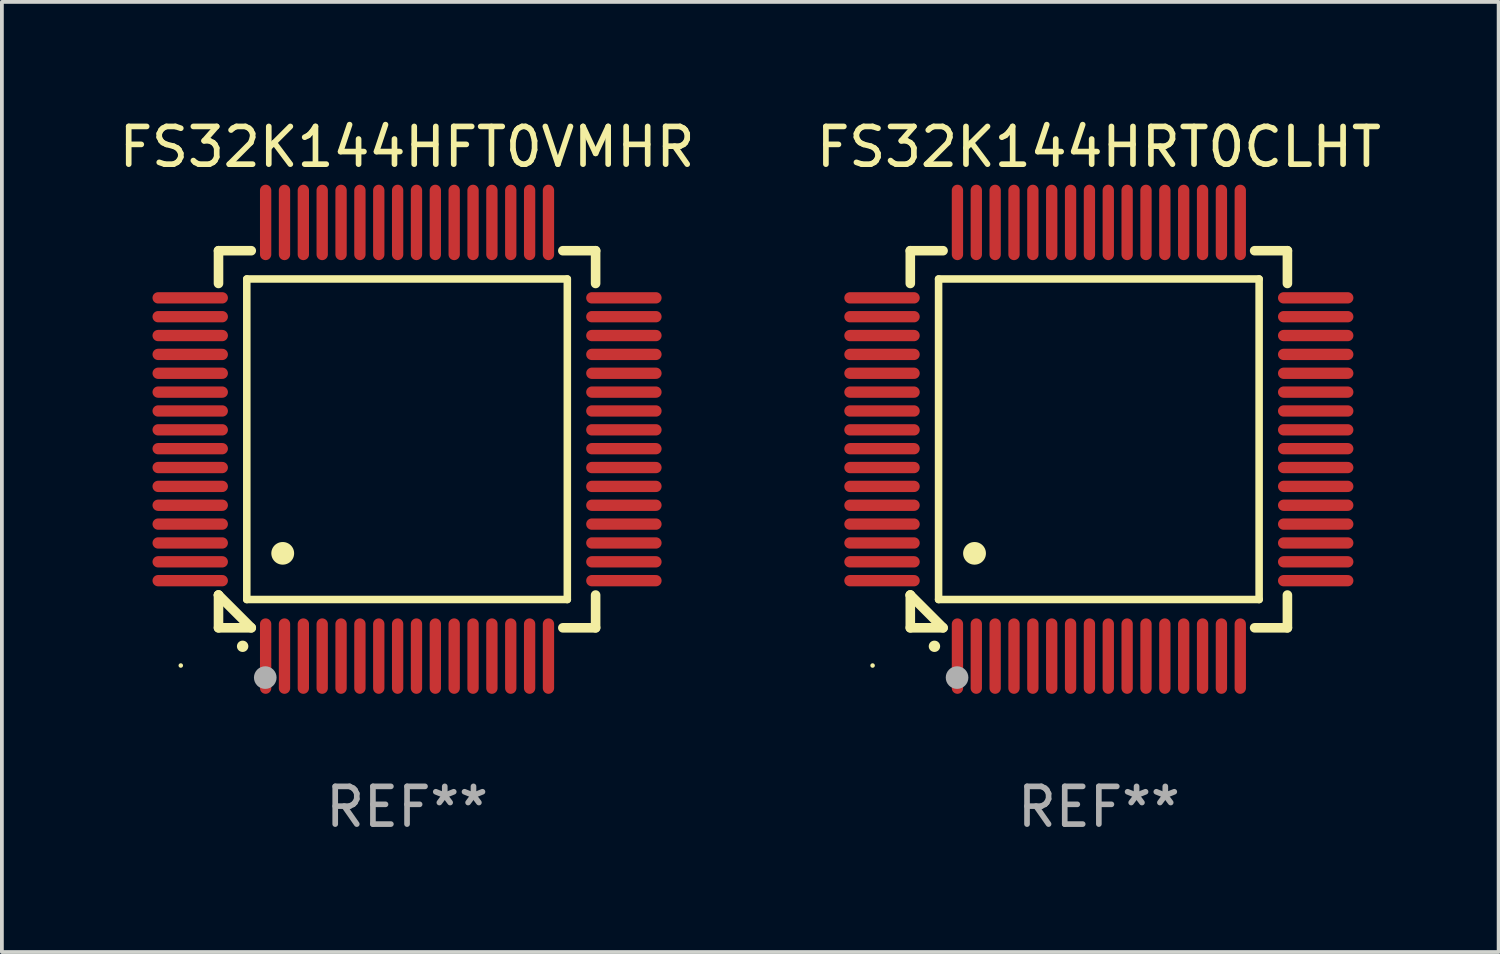
<source format=kicad_pcb>
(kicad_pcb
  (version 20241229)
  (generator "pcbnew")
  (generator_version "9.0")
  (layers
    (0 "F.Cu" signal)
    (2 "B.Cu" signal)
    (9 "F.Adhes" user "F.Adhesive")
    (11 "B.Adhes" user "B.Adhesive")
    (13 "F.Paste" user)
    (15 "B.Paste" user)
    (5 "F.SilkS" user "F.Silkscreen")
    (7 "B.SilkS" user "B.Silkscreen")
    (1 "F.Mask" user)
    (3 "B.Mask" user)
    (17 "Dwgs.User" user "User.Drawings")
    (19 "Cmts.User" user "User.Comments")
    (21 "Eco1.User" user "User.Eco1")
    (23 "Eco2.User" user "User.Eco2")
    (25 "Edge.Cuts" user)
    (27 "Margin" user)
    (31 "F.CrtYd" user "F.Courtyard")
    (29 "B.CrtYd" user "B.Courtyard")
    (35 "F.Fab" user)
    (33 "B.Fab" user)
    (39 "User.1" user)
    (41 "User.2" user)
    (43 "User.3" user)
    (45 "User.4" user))
  (footprint "FS32K144HFT0VMHR"
    (layer "F.Cu")
    (at 7.744 8.598)
    (property "Reference" "FS32K144HFT0VMHR" (at 0 -7.75 0) (layer "F.SilkS") (effects (font (size 1 1) (thickness 0.15))))
    (attr through_hole)
    (fp_line (start -5 -5) (end -4.131 -5) (stroke (width 0.254) (type solid)) (layer "F.SilkS"))
    (fp_line (start -5 -4.131) (end -5 -5) (stroke (width 0.254) (type solid)) (layer "F.SilkS"))
    (fp_line (start -5 4.131) (end -5 4.131) (stroke (width 0.254) (type solid)) (layer "F.SilkS"))
    (fp_line (start -5 5) (end -5 4.131) (stroke (width 0.254) (type solid)) (layer "F.SilkS"))
    (fp_line (start -5 4.131) (end -4.131 5) (stroke (width 0.254) (type solid)) (layer "F.SilkS"))
    (fp_line (start -4.25 -4.25) (end -4.25 4.25) (stroke (width 0.2) (type solid)) (layer "F.SilkS"))
    (fp_line (start -4.25 4.25) (end 4.25 4.25) (stroke (width 0.2) (type solid)) (layer "F.SilkS"))
    (fp_line (start -4.131 5) (end -5 5) (stroke (width 0.254) (type solid)) (layer "F.SilkS"))
    (fp_line (start 4.25 -4.25) (end -4.25 -4.25) (stroke (width 0.2) (type solid)) (layer "F.SilkS"))
    (fp_line (start 4.25 4.25) (end 4.25 -4.25) (stroke (width 0.2) (type solid)) (layer "F.SilkS"))
    (fp_line (start 5 -5) (end 4.131 -5) (stroke (width 0.254) (type solid)) (layer "F.SilkS"))
    (fp_line (start 5 -5) (end 5 -4.131) (stroke (width 0.254) (type solid)) (layer "F.SilkS"))
    (fp_line (start 5 4.131) (end 5 5) (stroke (width 0.254) (type solid)) (layer "F.SilkS"))
    (fp_line (start 5 5) (end 4.131 5) (stroke (width 0.254) (type solid)) (layer "F.SilkS"))
    (fp_arc (start -4.361265 5.489992) (mid -4.359995 5.489987) (end -4.358725 5.489992) (stroke (width 0.3) (type solid)) (layer "F.SilkS"))
    (fp_arc (start -3.299467 3.025146) (mid -3.296927 3.025135) (end -3.294387 3.025146) (stroke (width 0.6) (type solid)) (layer "F.SilkS"))
    (fp_circle (center -6 6) (end -5.97 6) (stroke (width 0.06) (type solid)) (fill no) (layer "F.SilkS"))
    (fp_circle (center -3.76 6.32) (end -3.61 6.32) (stroke (width 0.3) (type solid)) (fill no) (layer "F.Fab"))
    (fp_text user "REF**" (at 0 9.75 0) (layer "F.Fab") (effects (font (size 1 1) (thickness 0.15))))
    (pad "1" smd oval (at -3.75 5.75) (size 0.3 2) (layers "F.Cu" "F.Mask" "F.Paste"))
    (pad "2" smd oval (at -3.25 5.75) (size 0.3 2) (layers "F.Cu" "F.Mask" "F.Paste"))
    (pad "3" smd oval (at -2.75 5.75) (size 0.3 2) (layers "F.Cu" "F.Mask" "F.Paste"))
    (pad "4" smd oval (at -2.25 5.75) (size 0.3 2) (layers "F.Cu" "F.Mask" "F.Paste"))
    (pad "5" smd oval (at -1.75 5.75) (size 0.3 2) (layers "F.Cu" "F.Mask" "F.Paste"))
    (pad "6" smd oval (at -1.25 5.75) (size 0.3 2) (layers "F.Cu" "F.Mask" "F.Paste"))
    (pad "7" smd oval (at -0.75 5.75) (size 0.3 2) (layers "F.Cu" "F.Mask" "F.Paste"))
    (pad "8" smd oval (at -0.25 5.75) (size 0.3 2) (layers "F.Cu" "F.Mask" "F.Paste"))
    (pad "9" smd oval (at 0.25 5.75) (size 0.3 2) (layers "F.Cu" "F.Mask" "F.Paste"))
    (pad "10" smd oval (at 0.75 5.75) (size 0.3 2) (layers "F.Cu" "F.Mask" "F.Paste"))
    (pad "11" smd oval (at 1.25 5.75) (size 0.3 2) (layers "F.Cu" "F.Mask" "F.Paste"))
    (pad "12" smd oval (at 1.75 5.75) (size 0.3 2) (layers "F.Cu" "F.Mask" "F.Paste"))
    (pad "13" smd oval (at 2.25 5.75) (size 0.3 2) (layers "F.Cu" "F.Mask" "F.Paste"))
    (pad "14" smd oval (at 2.75 5.75) (size 0.3 2) (layers "F.Cu" "F.Mask" "F.Paste"))
    (pad "15" smd oval (at 3.25 5.75) (size 0.3 2) (layers "F.Cu" "F.Mask" "F.Paste"))
    (pad "16" smd oval (at 3.75 5.75) (size 0.3 2) (layers "F.Cu" "F.Mask" "F.Paste"))
    (pad "17" smd oval (at 5.75 3.75) (size 2 0.3) (layers "F.Cu" "F.Mask" "F.Paste"))
    (pad "18" smd oval (at 5.75 3.25) (size 2 0.3) (layers "F.Cu" "F.Mask" "F.Paste"))
    (pad "19" smd oval (at 5.75 2.75) (size 2 0.3) (layers "F.Cu" "F.Mask" "F.Paste"))
    (pad "20" smd oval (at 5.75 2.25) (size 2 0.3) (layers "F.Cu" "F.Mask" "F.Paste"))
    (pad "21" smd oval (at 5.75 1.75) (size 2 0.3) (layers "F.Cu" "F.Mask" "F.Paste"))
    (pad "22" smd oval (at 5.75 1.25) (size 2 0.3) (layers "F.Cu" "F.Mask" "F.Paste"))
    (pad "23" smd oval (at 5.75 0.75) (size 2 0.3) (layers "F.Cu" "F.Mask" "F.Paste"))
    (pad "24" smd oval (at 5.75 0.25) (size 2 0.3) (layers "F.Cu" "F.Mask" "F.Paste"))
    (pad "25" smd oval (at 5.75 -0.25) (size 2 0.3) (layers "F.Cu" "F.Mask" "F.Paste"))
    (pad "26" smd oval (at 5.75 -0.75) (size 2 0.3) (layers "F.Cu" "F.Mask" "F.Paste"))
    (pad "27" smd oval (at 5.75 -1.25) (size 2 0.3) (layers "F.Cu" "F.Mask" "F.Paste"))
    (pad "28" smd oval (at 5.75 -1.75) (size 2 0.3) (layers "F.Cu" "F.Mask" "F.Paste"))
    (pad "29" smd oval (at 5.75 -2.25) (size 2 0.3) (layers "F.Cu" "F.Mask" "F.Paste"))
    (pad "30" smd oval (at 5.75 -2.75) (size 2 0.3) (layers "F.Cu" "F.Mask" "F.Paste"))
    (pad "31" smd oval (at 5.75 -3.25) (size 2 0.3) (layers "F.Cu" "F.Mask" "F.Paste"))
    (pad "32" smd oval (at 5.75 -3.75) (size 2 0.3) (layers "F.Cu" "F.Mask" "F.Paste"))
    (pad "33" smd oval (at 3.75 -5.75) (size 0.3 2) (layers "F.Cu" "F.Mask" "F.Paste"))
    (pad "34" smd oval (at 3.25 -5.75) (size 0.3 2) (layers "F.Cu" "F.Mask" "F.Paste"))
    (pad "35" smd oval (at 2.75 -5.75) (size 0.3 2) (layers "F.Cu" "F.Mask" "F.Paste"))
    (pad "36" smd oval (at 2.25 -5.75) (size 0.3 2) (layers "F.Cu" "F.Mask" "F.Paste"))
    (pad "37" smd oval (at 1.75 -5.75) (size 0.3 2) (layers "F.Cu" "F.Mask" "F.Paste"))
    (pad "38" smd oval (at 1.25 -5.75) (size 0.3 2) (layers "F.Cu" "F.Mask" "F.Paste"))
    (pad "39" smd oval (at 0.75 -5.75) (size 0.3 2) (layers "F.Cu" "F.Mask" "F.Paste"))
    (pad "40" smd oval (at 0.25 -5.75) (size 0.3 2) (layers "F.Cu" "F.Mask" "F.Paste"))
    (pad "41" smd oval (at -0.25 -5.75) (size 0.3 2) (layers "F.Cu" "F.Mask" "F.Paste"))
    (pad "42" smd oval (at -0.75 -5.75) (size 0.3 2) (layers "F.Cu" "F.Mask" "F.Paste"))
    (pad "43" smd oval (at -1.25 -5.75) (size 0.3 2) (layers "F.Cu" "F.Mask" "F.Paste"))
    (pad "44" smd oval (at -1.75 -5.75) (size 0.3 2) (layers "F.Cu" "F.Mask" "F.Paste"))
    (pad "45" smd oval (at -2.25 -5.75) (size 0.3 2) (layers "F.Cu" "F.Mask" "F.Paste"))
    (pad "46" smd oval (at -2.75 -5.75) (size 0.3 2) (layers "F.Cu" "F.Mask" "F.Paste"))
    (pad "47" smd oval (at -3.25 -5.75) (size 0.3 2) (layers "F.Cu" "F.Mask" "F.Paste"))
    (pad "48" smd oval (at -3.75 -5.75) (size 0.3 2) (layers "F.Cu" "F.Mask" "F.Paste"))
    (pad "49" smd oval (at -5.75 -3.75) (size 2 0.3) (layers "F.Cu" "F.Mask" "F.Paste"))
    (pad "50" smd oval (at -5.75 -3.25) (size 2 0.3) (layers "F.Cu" "F.Mask" "F.Paste"))
    (pad "51" smd oval (at -5.75 -2.75) (size 2 0.3) (layers "F.Cu" "F.Mask" "F.Paste"))
    (pad "52" smd oval (at -5.75 -2.25) (size 2 0.3) (layers "F.Cu" "F.Mask" "F.Paste"))
    (pad "53" smd oval (at -5.75 -1.75) (size 2 0.3) (layers "F.Cu" "F.Mask" "F.Paste"))
    (pad "54" smd oval (at -5.75 -1.25) (size 2 0.3) (layers "F.Cu" "F.Mask" "F.Paste"))
    (pad "55" smd oval (at -5.75 -0.75) (size 2 0.3) (layers "F.Cu" "F.Mask" "F.Paste"))
    (pad "56" smd oval (at -5.75 -0.25) (size 2 0.3) (layers "F.Cu" "F.Mask" "F.Paste"))
    (pad "57" smd oval (at -5.75 0.25) (size 2 0.3) (layers "F.Cu" "F.Mask" "F.Paste"))
    (pad "58" smd oval (at -5.75 0.75) (size 2 0.3) (layers "F.Cu" "F.Mask" "F.Paste"))
    (pad "59" smd oval (at -5.75 1.25) (size 2 0.3) (layers "F.Cu" "F.Mask" "F.Paste"))
    (pad "60" smd oval (at -5.75 1.75) (size 2 0.3) (layers "F.Cu" "F.Mask" "F.Paste"))
    (pad "61" smd oval (at -5.75 2.25) (size 2 0.3) (layers "F.Cu" "F.Mask" "F.Paste"))
    (pad "62" smd oval (at -5.75 2.75) (size 2 0.3) (layers "F.Cu" "F.Mask" "F.Paste"))
    (pad "63" smd oval (at -5.75 3.25) (size 2 0.3) (layers "F.Cu" "F.Mask" "F.Paste"))
    (pad "64" smd oval (at -5.75 3.75) (size 2 0.3) (layers "F.Cu" "F.Mask" "F.Paste")))
  (footprint "FS32K144HRT0CLHT"
    (layer "F.Cu")
    (at 26.089 8.598)
    (property "Reference" "FS32K144HRT0CLHT" (at 0 -7.75 0) (layer "F.SilkS") (effects (font (size 1 1) (thickness 0.15))))
    (attr through_hole)
    (fp_line (start -5 -5) (end -4.131 -5) (stroke (width 0.254) (type solid)) (layer "F.SilkS"))
    (fp_line (start -5 -4.131) (end -5 -5) (stroke (width 0.254) (type solid)) (layer "F.SilkS"))
    (fp_line (start -5 4.131) (end -5 4.131) (stroke (width 0.254) (type solid)) (layer "F.SilkS"))
    (fp_line (start -5 5) (end -5 4.131) (stroke (width 0.254) (type solid)) (layer "F.SilkS"))
    (fp_line (start -5 4.131) (end -4.131 5) (stroke (width 0.254) (type solid)) (layer "F.SilkS"))
    (fp_line (start -4.25 -4.25) (end -4.25 4.25) (stroke (width 0.2) (type solid)) (layer "F.SilkS"))
    (fp_line (start -4.25 4.25) (end 4.25 4.25) (stroke (width 0.2) (type solid)) (layer "F.SilkS"))
    (fp_line (start -4.131 5) (end -5 5) (stroke (width 0.254) (type solid)) (layer "F.SilkS"))
    (fp_line (start 4.25 -4.25) (end -4.25 -4.25) (stroke (width 0.2) (type solid)) (layer "F.SilkS"))
    (fp_line (start 4.25 4.25) (end 4.25 -4.25) (stroke (width 0.2) (type solid)) (layer "F.SilkS"))
    (fp_line (start 5 -5) (end 4.131 -5) (stroke (width 0.254) (type solid)) (layer "F.SilkS"))
    (fp_line (start 5 -5) (end 5 -4.131) (stroke (width 0.254) (type solid)) (layer "F.SilkS"))
    (fp_line (start 5 4.131) (end 5 5) (stroke (width 0.254) (type solid)) (layer "F.SilkS"))
    (fp_line (start 5 5) (end 4.131 5) (stroke (width 0.254) (type solid)) (layer "F.SilkS"))
    (fp_arc (start -4.361265 5.489992) (mid -4.359995 5.489987) (end -4.358725 5.489992) (stroke (width 0.3) (type solid)) (layer "F.SilkS"))
    (fp_arc (start -3.299467 3.025146) (mid -3.296927 3.025135) (end -3.294387 3.025146) (stroke (width 0.6) (type solid)) (layer "F.SilkS"))
    (fp_circle (center -6 6) (end -5.97 6) (stroke (width 0.06) (type solid)) (fill no) (layer "F.SilkS"))
    (fp_circle (center -3.76 6.32) (end -3.61 6.32) (stroke (width 0.3) (type solid)) (fill no) (layer "F.Fab"))
    (fp_text user "REF**" (at 0 9.75 0) (layer "F.Fab") (effects (font (size 1 1) (thickness 0.15))))
    (pad "1" smd oval (at -3.75 5.75) (size 0.3 2) (layers "F.Cu" "F.Mask" "F.Paste"))
    (pad "2" smd oval (at -3.25 5.75) (size 0.3 2) (layers "F.Cu" "F.Mask" "F.Paste"))
    (pad "3" smd oval (at -2.75 5.75) (size 0.3 2) (layers "F.Cu" "F.Mask" "F.Paste"))
    (pad "4" smd oval (at -2.25 5.75) (size 0.3 2) (layers "F.Cu" "F.Mask" "F.Paste"))
    (pad "5" smd oval (at -1.75 5.75) (size 0.3 2) (layers "F.Cu" "F.Mask" "F.Paste"))
    (pad "6" smd oval (at -1.25 5.75) (size 0.3 2) (layers "F.Cu" "F.Mask" "F.Paste"))
    (pad "7" smd oval (at -0.75 5.75) (size 0.3 2) (layers "F.Cu" "F.Mask" "F.Paste"))
    (pad "8" smd oval (at -0.25 5.75) (size 0.3 2) (layers "F.Cu" "F.Mask" "F.Paste"))
    (pad "9" smd oval (at 0.25 5.75) (size 0.3 2) (layers "F.Cu" "F.Mask" "F.Paste"))
    (pad "10" smd oval (at 0.75 5.75) (size 0.3 2) (layers "F.Cu" "F.Mask" "F.Paste"))
    (pad "11" smd oval (at 1.25 5.75) (size 0.3 2) (layers "F.Cu" "F.Mask" "F.Paste"))
    (pad "12" smd oval (at 1.75 5.75) (size 0.3 2) (layers "F.Cu" "F.Mask" "F.Paste"))
    (pad "13" smd oval (at 2.25 5.75) (size 0.3 2) (layers "F.Cu" "F.Mask" "F.Paste"))
    (pad "14" smd oval (at 2.75 5.75) (size 0.3 2) (layers "F.Cu" "F.Mask" "F.Paste"))
    (pad "15" smd oval (at 3.25 5.75) (size 0.3 2) (layers "F.Cu" "F.Mask" "F.Paste"))
    (pad "16" smd oval (at 3.75 5.75) (size 0.3 2) (layers "F.Cu" "F.Mask" "F.Paste"))
    (pad "17" smd oval (at 5.75 3.75) (size 2 0.3) (layers "F.Cu" "F.Mask" "F.Paste"))
    (pad "18" smd oval (at 5.75 3.25) (size 2 0.3) (layers "F.Cu" "F.Mask" "F.Paste"))
    (pad "19" smd oval (at 5.75 2.75) (size 2 0.3) (layers "F.Cu" "F.Mask" "F.Paste"))
    (pad "20" smd oval (at 5.75 2.25) (size 2 0.3) (layers "F.Cu" "F.Mask" "F.Paste"))
    (pad "21" smd oval (at 5.75 1.75) (size 2 0.3) (layers "F.Cu" "F.Mask" "F.Paste"))
    (pad "22" smd oval (at 5.75 1.25) (size 2 0.3) (layers "F.Cu" "F.Mask" "F.Paste"))
    (pad "23" smd oval (at 5.75 0.75) (size 2 0.3) (layers "F.Cu" "F.Mask" "F.Paste"))
    (pad "24" smd oval (at 5.75 0.25) (size 2 0.3) (layers "F.Cu" "F.Mask" "F.Paste"))
    (pad "25" smd oval (at 5.75 -0.25) (size 2 0.3) (layers "F.Cu" "F.Mask" "F.Paste"))
    (pad "26" smd oval (at 5.75 -0.75) (size 2 0.3) (layers "F.Cu" "F.Mask" "F.Paste"))
    (pad "27" smd oval (at 5.75 -1.25) (size 2 0.3) (layers "F.Cu" "F.Mask" "F.Paste"))
    (pad "28" smd oval (at 5.75 -1.75) (size 2 0.3) (layers "F.Cu" "F.Mask" "F.Paste"))
    (pad "29" smd oval (at 5.75 -2.25) (size 2 0.3) (layers "F.Cu" "F.Mask" "F.Paste"))
    (pad "30" smd oval (at 5.75 -2.75) (size 2 0.3) (layers "F.Cu" "F.Mask" "F.Paste"))
    (pad "31" smd oval (at 5.75 -3.25) (size 2 0.3) (layers "F.Cu" "F.Mask" "F.Paste"))
    (pad "32" smd oval (at 5.75 -3.75) (size 2 0.3) (layers "F.Cu" "F.Mask" "F.Paste"))
    (pad "33" smd oval (at 3.75 -5.75) (size 0.3 2) (layers "F.Cu" "F.Mask" "F.Paste"))
    (pad "34" smd oval (at 3.25 -5.75) (size 0.3 2) (layers "F.Cu" "F.Mask" "F.Paste"))
    (pad "35" smd oval (at 2.75 -5.75) (size 0.3 2) (layers "F.Cu" "F.Mask" "F.Paste"))
    (pad "36" smd oval (at 2.25 -5.75) (size 0.3 2) (layers "F.Cu" "F.Mask" "F.Paste"))
    (pad "37" smd oval (at 1.75 -5.75) (size 0.3 2) (layers "F.Cu" "F.Mask" "F.Paste"))
    (pad "38" smd oval (at 1.25 -5.75) (size 0.3 2) (layers "F.Cu" "F.Mask" "F.Paste"))
    (pad "39" smd oval (at 0.75 -5.75) (size 0.3 2) (layers "F.Cu" "F.Mask" "F.Paste"))
    (pad "40" smd oval (at 0.25 -5.75) (size 0.3 2) (layers "F.Cu" "F.Mask" "F.Paste"))
    (pad "41" smd oval (at -0.25 -5.75) (size 0.3 2) (layers "F.Cu" "F.Mask" "F.Paste"))
    (pad "42" smd oval (at -0.75 -5.75) (size 0.3 2) (layers "F.Cu" "F.Mask" "F.Paste"))
    (pad "43" smd oval (at -1.25 -5.75) (size 0.3 2) (layers "F.Cu" "F.Mask" "F.Paste"))
    (pad "44" smd oval (at -1.75 -5.75) (size 0.3 2) (layers "F.Cu" "F.Mask" "F.Paste"))
    (pad "45" smd oval (at -2.25 -5.75) (size 0.3 2) (layers "F.Cu" "F.Mask" "F.Paste"))
    (pad "46" smd oval (at -2.75 -5.75) (size 0.3 2) (layers "F.Cu" "F.Mask" "F.Paste"))
    (pad "47" smd oval (at -3.25 -5.75) (size 0.3 2) (layers "F.Cu" "F.Mask" "F.Paste"))
    (pad "48" smd oval (at -3.75 -5.75) (size 0.3 2) (layers "F.Cu" "F.Mask" "F.Paste"))
    (pad "49" smd oval (at -5.75 -3.75) (size 2 0.3) (layers "F.Cu" "F.Mask" "F.Paste"))
    (pad "50" smd oval (at -5.75 -3.25) (size 2 0.3) (layers "F.Cu" "F.Mask" "F.Paste"))
    (pad "51" smd oval (at -5.75 -2.75) (size 2 0.3) (layers "F.Cu" "F.Mask" "F.Paste"))
    (pad "52" smd oval (at -5.75 -2.25) (size 2 0.3) (layers "F.Cu" "F.Mask" "F.Paste"))
    (pad "53" smd oval (at -5.75 -1.75) (size 2 0.3) (layers "F.Cu" "F.Mask" "F.Paste"))
    (pad "54" smd oval (at -5.75 -1.25) (size 2 0.3) (layers "F.Cu" "F.Mask" "F.Paste"))
    (pad "55" smd oval (at -5.75 -0.75) (size 2 0.3) (layers "F.Cu" "F.Mask" "F.Paste"))
    (pad "56" smd oval (at -5.75 -0.25) (size 2 0.3) (layers "F.Cu" "F.Mask" "F.Paste"))
    (pad "57" smd oval (at -5.75 0.25) (size 2 0.3) (layers "F.Cu" "F.Mask" "F.Paste"))
    (pad "58" smd oval (at -5.75 0.75) (size 2 0.3) (layers "F.Cu" "F.Mask" "F.Paste"))
    (pad "59" smd oval (at -5.75 1.25) (size 2 0.3) (layers "F.Cu" "F.Mask" "F.Paste"))
    (pad "60" smd oval (at -5.75 1.75) (size 2 0.3) (layers "F.Cu" "F.Mask" "F.Paste"))
    (pad "61" smd oval (at -5.75 2.25) (size 2 0.3) (layers "F.Cu" "F.Mask" "F.Paste"))
    (pad "62" smd oval (at -5.75 2.75) (size 2 0.3) (layers "F.Cu" "F.Mask" "F.Paste"))
    (pad "63" smd oval (at -5.75 3.25) (size 2 0.3) (layers "F.Cu" "F.Mask" "F.Paste"))
    (pad "64" smd oval (at -5.75 3.75) (size 2 0.3) (layers "F.Cu" "F.Mask" "F.Paste")))
  (gr_rect
    (start -3 -3)
    (end 36.69 22.196)
    (stroke (width 0.1) (type default))
    (fill no)
    (layer "Edge.Cuts")))
</source>
